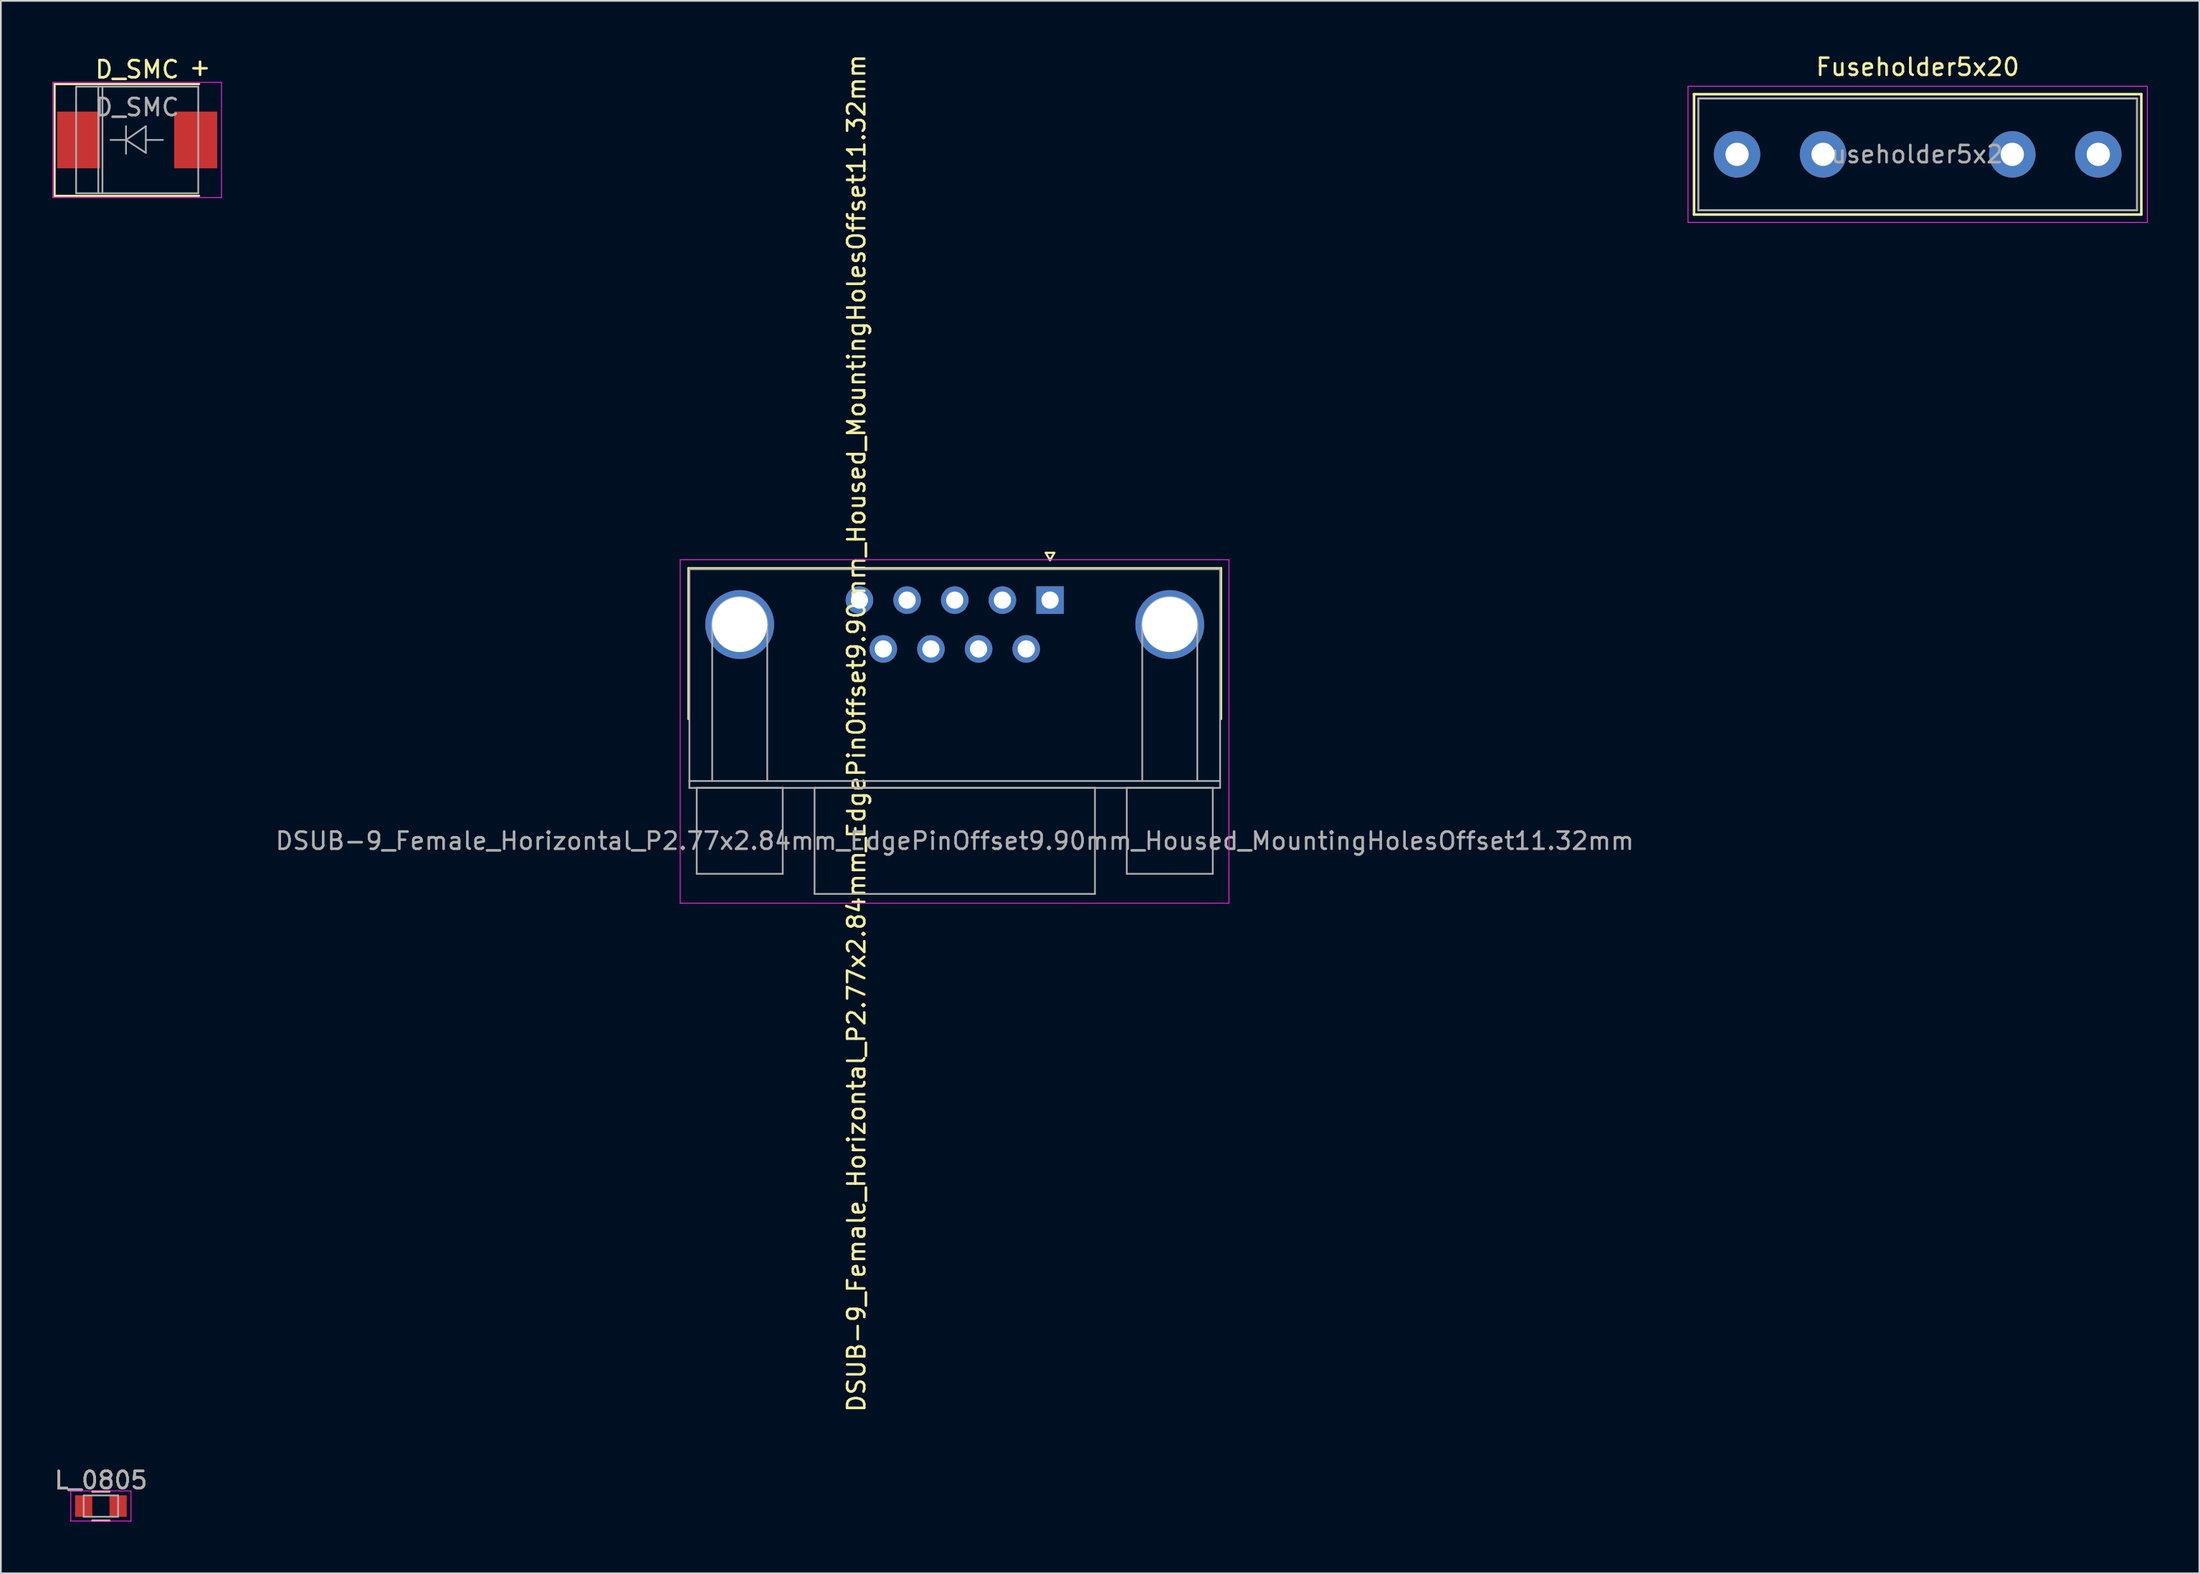
<source format=kicad_pcb>
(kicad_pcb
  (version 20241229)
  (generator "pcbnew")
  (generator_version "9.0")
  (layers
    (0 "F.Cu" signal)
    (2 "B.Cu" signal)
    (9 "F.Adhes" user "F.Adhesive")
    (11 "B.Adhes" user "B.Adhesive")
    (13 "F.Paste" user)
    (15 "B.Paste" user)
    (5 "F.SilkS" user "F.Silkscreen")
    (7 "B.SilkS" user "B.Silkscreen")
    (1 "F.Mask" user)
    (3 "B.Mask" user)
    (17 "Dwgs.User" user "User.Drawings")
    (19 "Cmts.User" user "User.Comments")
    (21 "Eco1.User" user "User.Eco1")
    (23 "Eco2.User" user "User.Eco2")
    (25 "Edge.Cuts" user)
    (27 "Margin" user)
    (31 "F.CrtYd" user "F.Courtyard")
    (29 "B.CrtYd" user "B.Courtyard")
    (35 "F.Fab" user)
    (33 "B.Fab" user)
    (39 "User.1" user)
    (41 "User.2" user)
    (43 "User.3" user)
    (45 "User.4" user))
  (footprint "DSUB-9_Female_Horizontal_P2.77x2.84mm_EdgePinOffset9.90mm_Housed_MountingHolesOffset11.32mm"
    (layer "F.Cu")
    (at 52.451 42.776)
    (property "Reference" "DSUB-9_Female_Horizontal_P2.77x2.84mm_EdgePinOffset9.90mm_Housed_MountingHolesOffset11.32mm" (at -5.715 -3.175 270) (layer "F.SilkS") (effects (font (size 1 1) (thickness 0.15))))
    (attr through_hole)
    (fp_line (start -15.485 -12.78) (end 15.485 -12.78) (stroke (width 0.12) (type solid)) (layer "F.SilkS"))
    (fp_line (start -15.485 -4) (end -15.485 -12.78) (stroke (width 0.12) (type solid)) (layer "F.SilkS"))
    (fp_line (start 5.29 -13.674) (end 5.79 -13.674) (stroke (width 0.12) (type solid)) (layer "F.SilkS"))
    (fp_line (start 5.54 -13.241) (end 5.29 -13.674) (stroke (width 0.12) (type solid)) (layer "F.SilkS"))
    (fp_line (start 5.79 -13.674) (end 5.54 -13.241) (stroke (width 0.12) (type solid)) (layer "F.SilkS"))
    (fp_line (start 15.485 -12.78) (end 15.485 -4) (stroke (width 0.12) (type solid)) (layer "F.SilkS"))
    (fp_line (start -15.96 -13.27) (end -15.96 6.71) (stroke (width 0.05) (type solid)) (layer "F.CrtYd"))
    (fp_line (start -15.96 6.71) (end 15.94 6.71) (stroke (width 0.05) (type solid)) (layer "F.CrtYd"))
    (fp_line (start 15.94 -13.27) (end -15.96 -13.27) (stroke (width 0.05) (type solid)) (layer "F.CrtYd"))
    (fp_line (start 15.94 6.71) (end 15.94 -13.27) (stroke (width 0.05) (type solid)) (layer "F.CrtYd"))
    (fp_line (start -15.425 -12.72) (end -15.425 -0.4) (stroke (width 0.1) (type solid)) (layer "F.Fab"))
    (fp_line (start -15.425 -0.4) (end -15.425 0) (stroke (width 0.1) (type solid)) (layer "F.Fab"))
    (fp_line (start -15.425 -0.4) (end 15.425 -0.4) (stroke (width 0.1) (type solid)) (layer "F.Fab"))
    (fp_line (start -15.425 0) (end 15.425 0) (stroke (width 0.1) (type solid)) (layer "F.Fab"))
    (fp_line (start -15 0) (end -15 5) (stroke (width 0.1) (type solid)) (layer "F.Fab"))
    (fp_line (start -15 5) (end -10 5) (stroke (width 0.1) (type solid)) (layer "F.Fab"))
    (fp_line (start -14.1 -0.4) (end -14.1 -9.5) (stroke (width 0.1) (type solid)) (layer "F.Fab"))
    (fp_line (start -10.9 -0.4) (end -10.9 -9.5) (stroke (width 0.1) (type solid)) (layer "F.Fab"))
    (fp_line (start -10 0) (end -15 0) (stroke (width 0.1) (type solid)) (layer "F.Fab"))
    (fp_line (start -10 5) (end -10 0) (stroke (width 0.1) (type solid)) (layer "F.Fab"))
    (fp_line (start -8.15 0) (end -8.15 6.17) (stroke (width 0.1) (type solid)) (layer "F.Fab"))
    (fp_line (start -8.15 6.17) (end 8.15 6.17) (stroke (width 0.1) (type solid)) (layer "F.Fab"))
    (fp_line (start 8.15 0) (end -8.15 0) (stroke (width 0.1) (type solid)) (layer "F.Fab"))
    (fp_line (start 8.15 6.17) (end 8.15 0) (stroke (width 0.1) (type solid)) (layer "F.Fab"))
    (fp_line (start 10 0) (end 10 5) (stroke (width 0.1) (type solid)) (layer "F.Fab"))
    (fp_line (start 10 5) (end 15 5) (stroke (width 0.1) (type solid)) (layer "F.Fab"))
    (fp_line (start 10.9 -0.4) (end 10.9 -9.5) (stroke (width 0.1) (type solid)) (layer "F.Fab"))
    (fp_line (start 14.1 -0.4) (end 14.1 -9.5) (stroke (width 0.1) (type solid)) (layer "F.Fab"))
    (fp_line (start 15 0) (end 10 0) (stroke (width 0.1) (type solid)) (layer "F.Fab"))
    (fp_line (start 15 5) (end 15 0) (stroke (width 0.1) (type solid)) (layer "F.Fab"))
    (fp_line (start 15.425 -12.72) (end -15.425 -12.72) (stroke (width 0.1) (type solid)) (layer "F.Fab"))
    (fp_line (start 15.425 -0.4) (end 15.425 -12.72) (stroke (width 0.1) (type solid)) (layer "F.Fab"))
    (fp_line (start 15.425 0) (end 15.425 -0.4) (stroke (width 0.1) (type solid)) (layer "F.Fab"))
    (fp_arc (start -14.1 -9.5) (mid -12.5 -11.1) (end -10.9 -9.5) (stroke (width 0.1) (type solid)) (layer "F.Fab"))
    (fp_arc (start 10.9 -9.5) (mid 12.5 -11.1) (end 14.1 -9.5) (stroke (width 0.1) (type solid)) (layer "F.Fab"))
    (fp_text user "${REFERENCE}" (at 0 3.085 0) (layer "F.Fab") (effects (font (size 1 1) (thickness 0.15))))
    (pad "0" thru_hole circle (at -12.5 -9.5) (size 4 4) (drill 3.2) (layers "*.Cu" "*.Mask"))
    (pad "0" thru_hole circle (at 12.5 -9.5) (size 4 4) (drill 3.2) (layers "*.Cu" "*.Mask"))
    (pad "1" thru_hole rect (at 5.54 -10.92) (size 1.6 1.6) (drill 1) (layers "*.Cu" "*.Mask"))
    (pad "2" thru_hole circle (at 2.77 -10.92) (size 1.6 1.6) (drill 1) (layers "*.Cu" "*.Mask"))
    (pad "3" thru_hole circle (at 0 -10.92) (size 1.6 1.6) (drill 1) (layers "*.Cu" "*.Mask"))
    (pad "4" thru_hole circle (at -2.77 -10.92) (size 1.6 1.6) (drill 1) (layers "*.Cu" "*.Mask"))
    (pad "5" thru_hole circle (at -5.54 -10.92) (size 1.6 1.6) (drill 1) (layers "*.Cu" "*.Mask"))
    (pad "6" thru_hole circle (at 4.155 -8.08) (size 1.6 1.6) (drill 1) (layers "*.Cu" "*.Mask"))
    (pad "7" thru_hole circle (at 1.385 -8.08) (size 1.6 1.6) (drill 1) (layers "*.Cu" "*.Mask"))
    (pad "8" thru_hole circle (at -1.385 -8.08) (size 1.6 1.6) (drill 1) (layers "*.Cu" "*.Mask"))
    (pad "9" thru_hole circle (at -4.155 -8.08) (size 1.6 1.6) (drill 1) (layers "*.Cu" "*.Mask")))
  (footprint "Fuseholder5x20"
    (layer "F.Cu")
    (at 108.427 5.928)
    (property "Reference" "Fuseholder5x20" (at 0 -5.08 0) (layer "F.SilkS") (effects (font (size 1 1) (thickness 0.15))))
    (attr through_hole)
    (fp_line (start -13 -3.5) (end -13 3.5) (stroke (width 0.15) (type solid)) (layer "F.SilkS"))
    (fp_line (start -13 -3.5) (end 13 -3.5) (stroke (width 0.15) (type solid)) (layer "F.SilkS"))
    (fp_line (start 13 -3.5) (end 13 3.5) (stroke (width 0.15) (type solid)) (layer "F.SilkS"))
    (fp_line (start 13 3.5) (end -13 3.5) (stroke (width 0.15) (type solid)) (layer "F.SilkS"))
    (fp_line (start -13.35 -3.96) (end -13.35 3.96) (stroke (width 0.05) (type solid)) (layer "F.CrtYd"))
    (fp_line (start -13.35 -3.96) (end 13.35 -3.96) (stroke (width 0.05) (type solid)) (layer "F.CrtYd"))
    (fp_line (start 13.35 -3.96) (end 13.35 3.96) (stroke (width 0.05) (type solid)) (layer "F.CrtYd"))
    (fp_line (start 13.35 3.96) (end -13.35 3.96) (stroke (width 0.05) (type solid)) (layer "F.CrtYd"))
    (fp_line (start -12.75 -3.25) (end -12.75 3.25) (stroke (width 0.12) (type solid)) (layer "F.Fab"))
    (fp_line (start -12.75 3.25) (end 12.75 3.25) (stroke (width 0.12) (type solid)) (layer "F.Fab"))
    (fp_line (start 12.75 -3.25) (end -12.75 -3.25) (stroke (width 0.12) (type solid)) (layer "F.Fab"))
    (fp_line (start 12.75 3.25) (end 12.75 -3.25) (stroke (width 0.12) (type solid)) (layer "F.Fab"))
    (fp_text user "${REFERENCE}" (at 0 0 0) (layer "F.Fab") (effects (font (size 1 1) (thickness 0.15))))
    (pad "1" thru_hole circle (at -10.5 0) (size 2.7 2.7) (drill 1.35) (layers "*.Cu" "*.Mask"))
    (pad "1" thru_hole circle (at -5.5 0) (size 2.7 2.7) (drill 1.35) (layers "*.Cu" "*.Mask"))
    (pad "2" thru_hole circle (at 5.5 0) (size 2.7 2.7) (drill 1.35) (layers "*.Cu" "*.Mask"))
    (pad "2" thru_hole circle (at 10.5 0) (size 2.7 2.7) (drill 1.35) (layers "*.Cu" "*.Mask")))
  (footprint "D_SMC"
    (layer "F.Cu")
    (at 4.925 5.09)
    (property "Reference" "D_SMC" (at 0 -4.1 0) (layer "F.SilkS") (effects (font (size 1 1) (thickness 0.15))))
    (attr smd)
    (fp_line (start -4.8 -3.25) (end 3.6 -3.25) (stroke (width 0.12) (type solid)) (layer "F.SilkS"))
    (fp_line (start -4.8 3.25) (end -4.8 -3.25) (stroke (width 0.12) (type solid)) (layer "F.SilkS"))
    (fp_line (start -4.8 3.25) (end 3.6 3.25) (stroke (width 0.12) (type solid)) (layer "F.SilkS"))
    (fp_line (start -4.9 -3.35) (end 4.9 -3.35) (stroke (width 0.05) (type solid)) (layer "F.CrtYd"))
    (fp_line (start -4.9 3.35) (end -4.9 -3.35) (stroke (width 0.05) (type solid)) (layer "F.CrtYd"))
    (fp_line (start 4.9 -3.35) (end 4.9 3.35) (stroke (width 0.05) (type solid)) (layer "F.CrtYd"))
    (fp_line (start 4.9 3.35) (end -4.9 3.35) (stroke (width 0.05) (type solid)) (layer "F.CrtYd"))
    (fp_line (start -3.55 3.1) (end -3.55 -3.1) (stroke (width 0.1) (type solid)) (layer "F.Fab"))
    (fp_line (start -2.261 3.101) (end -2.261 -3.099) (stroke (width 0.1) (type solid)) (layer "F.Fab"))
    (fp_line (start -2.019 3.101) (end -2.019 -3.099) (stroke (width 0.1) (type solid)) (layer "F.Fab"))
    (fp_line (start -0.649 -0.799) (end -0.649 0.801) (stroke (width 0.1) (type solid)) (layer "F.Fab"))
    (fp_line (start -0.649 0.001) (end -1.551 0.001) (stroke (width 0.1) (type solid)) (layer "F.Fab"))
    (fp_line (start -0.649 0.001) (end 0.501 -0.799) (stroke (width 0.1) (type solid)) (layer "F.Fab"))
    (fp_line (start -0.649 0.001) (end 0.501 0.75) (stroke (width 0.1) (type solid)) (layer "F.Fab"))
    (fp_line (start 0.501 0.001) (end 1.499 0.001) (stroke (width 0.1) (type solid)) (layer "F.Fab"))
    (fp_line (start 0.501 0.75) (end 0.501 -0.799) (stroke (width 0.1) (type solid)) (layer "F.Fab"))
    (fp_line (start 3.55 -3.1) (end -3.55 -3.1) (stroke (width 0.1) (type solid)) (layer "F.Fab"))
    (fp_line (start 3.55 -3.1) (end 3.55 3.1) (stroke (width 0.1) (type solid)) (layer "F.Fab"))
    (fp_line (start 3.55 3.1) (end -3.55 3.1) (stroke (width 0.1) (type solid)) (layer "F.Fab"))
    (fp_text user "+" (at 3.653 -4.242 0) (layer "F.SilkS") (effects (font (size 1 1) (thickness 0.15))))
    (fp_text user "${REFERENCE}" (at 0 -1.9 0) (layer "F.Fab") (effects (font (size 1 1) (thickness 0.15))))
    (pad "1" smd rect (at -3.4 0 90) (size 3.3 2.5) (layers "F.Cu" "F.Mask" "F.Paste"))
    (pad "2" smd rect (at 3.4 0 90) (size 3.3 2.5) (layers "F.Cu" "F.Mask" "F.Paste")))
  (footprint "L_0805"
    (layer "F.Cu")
    (at 2.815 84.551)
    (property "Reference" "L_0805" (at 0 -1.5 0) (layer "F.SilkS") (effects (font (size 1 1) (thickness 0.15))))
    (attr smd)
    (fp_line (start -0.5 0.85) (end 0.5 0.85) (stroke (width 0.12) (type solid)) (layer "F.SilkS"))
    (fp_line (start 0.5 -0.85) (end -0.5 -0.85) (stroke (width 0.12) (type solid)) (layer "F.SilkS"))
    (fp_line (start -1.75 -0.88) (end -1.75 0.87) (stroke (width 0.05) (type solid)) (layer "F.CrtYd"))
    (fp_line (start -1.75 -0.88) (end 1.75 -0.88) (stroke (width 0.05) (type solid)) (layer "F.CrtYd"))
    (fp_line (start 1.75 0.87) (end -1.75 0.87) (stroke (width 0.05) (type solid)) (layer "F.CrtYd"))
    (fp_line (start 1.75 0.87) (end 1.75 -0.88) (stroke (width 0.05) (type solid)) (layer "F.CrtYd"))
    (fp_line (start -1 -0.62) (end 1 -0.62) (stroke (width 0.1) (type solid)) (layer "F.Fab"))
    (fp_line (start -1 0.62) (end -1 -0.62) (stroke (width 0.1) (type solid)) (layer "F.Fab"))
    (fp_line (start 1 -0.62) (end 1 0.62) (stroke (width 0.1) (type solid)) (layer "F.Fab"))
    (fp_line (start 1 0.62) (end -1 0.62) (stroke (width 0.1) (type solid)) (layer "F.Fab"))
    (fp_text user "${REFERENCE}" (at 0 -1.5 0) (layer "F.Fab") (effects (font (size 1 1) (thickness 0.15))))
    (pad "1" smd rect (at -1 0) (size 1 1.25) (layers "F.Cu" "F.Mask" "F.Paste"))
    (pad "2" smd rect (at 1 0) (size 1 1.25) (layers "F.Cu" "F.Mask" "F.Paste")))
  (gr_rect
    (start -3 -3)
    (end 124.802 88.461)
    (stroke (width 0.1) (type default))
    (fill no)
    (layer "Edge.Cuts")))
</source>
